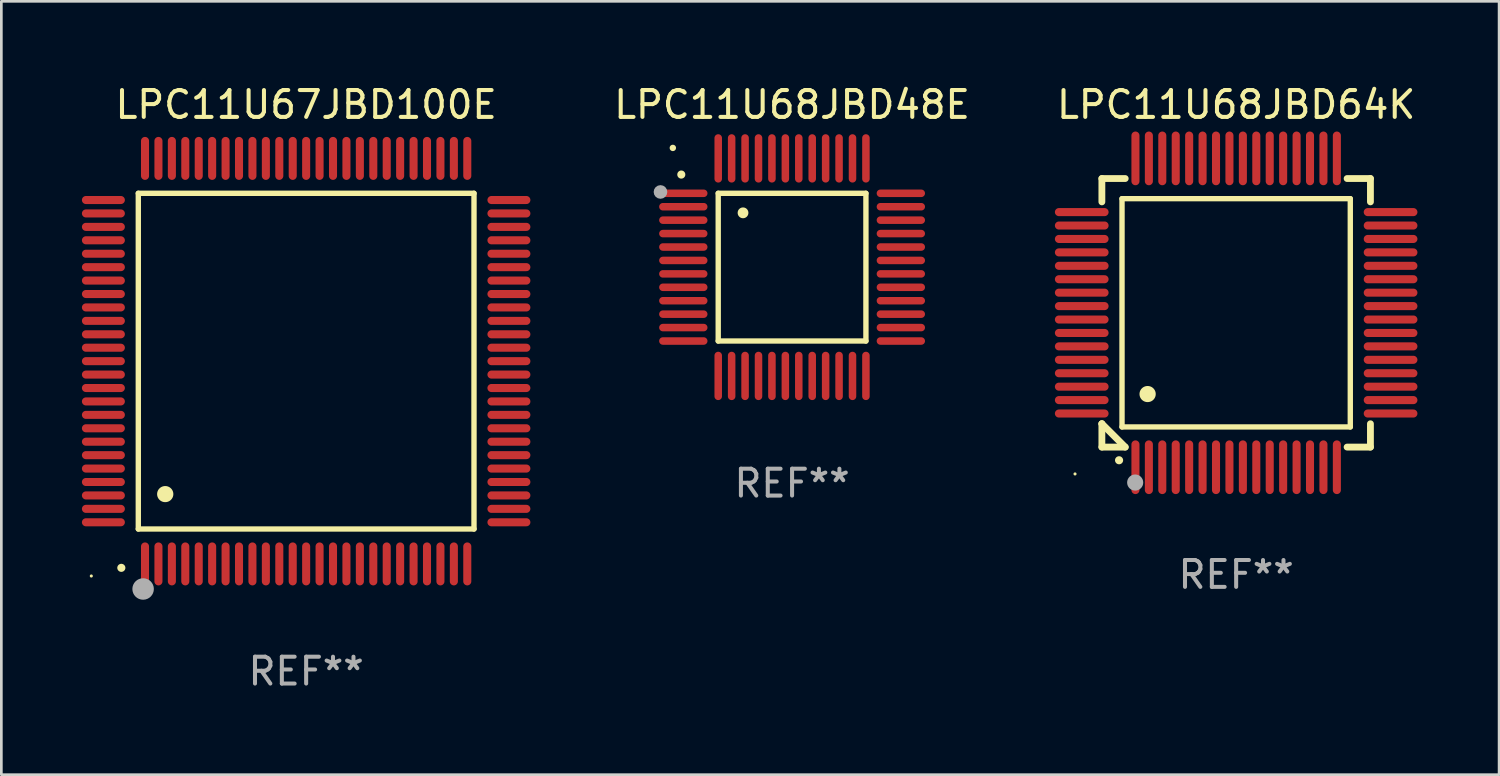
<source format=kicad_pcb>
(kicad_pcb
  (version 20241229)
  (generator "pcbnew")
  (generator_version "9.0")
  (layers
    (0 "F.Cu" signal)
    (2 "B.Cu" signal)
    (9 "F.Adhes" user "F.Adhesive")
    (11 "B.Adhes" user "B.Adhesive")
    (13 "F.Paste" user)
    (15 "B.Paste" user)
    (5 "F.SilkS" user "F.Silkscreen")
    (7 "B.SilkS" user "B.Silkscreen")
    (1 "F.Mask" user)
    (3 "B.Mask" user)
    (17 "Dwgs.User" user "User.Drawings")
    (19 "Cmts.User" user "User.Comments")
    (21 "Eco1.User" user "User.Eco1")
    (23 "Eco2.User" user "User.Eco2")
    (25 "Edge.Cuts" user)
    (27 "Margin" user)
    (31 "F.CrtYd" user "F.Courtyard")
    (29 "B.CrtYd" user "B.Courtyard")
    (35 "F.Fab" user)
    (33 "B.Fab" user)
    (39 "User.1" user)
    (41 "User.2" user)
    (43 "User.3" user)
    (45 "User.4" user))
  (footprint "LPC11U68JBD48E"
    (layer "F.Cu")
    (at 26.444 6.898)
    (property "Reference" "LPC11U68JBD48E" (at 0 -6.05 0) (layer "F.SilkS") (effects (font (size 1 1) (thickness 0.15))))
    (attr through_hole)
    (fp_line (start -2.75 -2.75) (end 2.75 -2.75) (stroke (width 0.2) (type solid)) (layer "F.SilkS"))
    (fp_line (start -2.75 2.75) (end -2.75 -2.75) (stroke (width 0.2) (type solid)) (layer "F.SilkS"))
    (fp_line (start 2.75 -2.75) (end 2.75 2.75) (stroke (width 0.2) (type solid)) (layer "F.SilkS"))
    (fp_line (start 2.75 2.75) (end -2.75 2.75) (stroke (width 0.2) (type solid)) (layer "F.SilkS"))
    (fp_arc (start -4.124968 -3.446787) (mid -4.124973 -3.448057) (end -4.124968 -3.449327) (stroke (width 0.3) (type solid)) (layer "F.SilkS"))
    (fp_arc (start -1.826264 -2.021844) (mid -1.826268 -2.023114) (end -1.826264 -2.024384) (stroke (width 0.4) (type solid)) (layer "F.SilkS"))
    (fp_circle (center -4.44 -4.44) (end -4.38 -4.44) (stroke (width 0.12) (type solid)) (fill no) (layer "F.SilkS"))
    (fp_circle (center -4.9 -2.8) (end -4.773 -2.8) (stroke (width 0.254) (type solid)) (fill no) (layer "F.Fab"))
    (fp_text user "REF**" (at 0 8.05 0) (layer "F.Fab") (effects (font (size 1 1) (thickness 0.15))))
    (pad "1" smd oval (at -4.05 -2.75 90) (size 0.28 1.8) (layers "F.Cu" "F.Mask" "F.Paste"))
    (pad "2" smd oval (at -4.05 -2.25 90) (size 0.28 1.8) (layers "F.Cu" "F.Mask" "F.Paste"))
    (pad "3" smd oval (at -4.05 -1.75 90) (size 0.28 1.8) (layers "F.Cu" "F.Mask" "F.Paste"))
    (pad "4" smd oval (at -4.05 -1.25 90) (size 0.28 1.8) (layers "F.Cu" "F.Mask" "F.Paste"))
    (pad "5" smd oval (at -4.05 -0.75 90) (size 0.28 1.8) (layers "F.Cu" "F.Mask" "F.Paste"))
    (pad "6" smd oval (at -4.05 -0.25 90) (size 0.28 1.8) (layers "F.Cu" "F.Mask" "F.Paste"))
    (pad "7" smd oval (at -4.05 0.25 90) (size 0.28 1.8) (layers "F.Cu" "F.Mask" "F.Paste"))
    (pad "8" smd oval (at -4.05 0.75 90) (size 0.28 1.8) (layers "F.Cu" "F.Mask" "F.Paste"))
    (pad "9" smd oval (at -4.05 1.25 90) (size 0.28 1.8) (layers "F.Cu" "F.Mask" "F.Paste"))
    (pad "10" smd oval (at -4.05 1.75 90) (size 0.28 1.8) (layers "F.Cu" "F.Mask" "F.Paste"))
    (pad "11" smd oval (at -4.05 2.25 90) (size 0.28 1.8) (layers "F.Cu" "F.Mask" "F.Paste"))
    (pad "12" smd oval (at -4.05 2.75 90) (size 0.28 1.8) (layers "F.Cu" "F.Mask" "F.Paste"))
    (pad "13" smd oval (at -2.75 4.05) (size 0.28 1.8) (layers "F.Cu" "F.Mask" "F.Paste"))
    (pad "14" smd oval (at -2.25 4.05) (size 0.28 1.8) (layers "F.Cu" "F.Mask" "F.Paste"))
    (pad "15" smd oval (at -1.75 4.05) (size 0.28 1.8) (layers "F.Cu" "F.Mask" "F.Paste"))
    (pad "16" smd oval (at -1.25 4.05) (size 0.28 1.8) (layers "F.Cu" "F.Mask" "F.Paste"))
    (pad "17" smd oval (at -0.75 4.05) (size 0.28 1.8) (layers "F.Cu" "F.Mask" "F.Paste"))
    (pad "18" smd oval (at -0.25 4.05) (size 0.28 1.8) (layers "F.Cu" "F.Mask" "F.Paste"))
    (pad "19" smd oval (at 0.25 4.05) (size 0.28 1.8) (layers "F.Cu" "F.Mask" "F.Paste"))
    (pad "20" smd oval (at 0.75 4.05) (size 0.28 1.8) (layers "F.Cu" "F.Mask" "F.Paste"))
    (pad "21" smd oval (at 1.25 4.05) (size 0.28 1.8) (layers "F.Cu" "F.Mask" "F.Paste"))
    (pad "22" smd oval (at 1.75 4.05) (size 0.28 1.8) (layers "F.Cu" "F.Mask" "F.Paste"))
    (pad "23" smd oval (at 2.25 4.05) (size 0.28 1.8) (layers "F.Cu" "F.Mask" "F.Paste"))
    (pad "24" smd oval (at 2.75 4.05) (size 0.28 1.8) (layers "F.Cu" "F.Mask" "F.Paste"))
    (pad "25" smd oval (at 4.05 2.75 90) (size 0.28 1.8) (layers "F.Cu" "F.Mask" "F.Paste"))
    (pad "26" smd oval (at 4.05 2.25 90) (size 0.28 1.8) (layers "F.Cu" "F.Mask" "F.Paste"))
    (pad "27" smd oval (at 4.05 1.75 90) (size 0.28 1.8) (layers "F.Cu" "F.Mask" "F.Paste"))
    (pad "28" smd oval (at 4.05 1.25 90) (size 0.28 1.8) (layers "F.Cu" "F.Mask" "F.Paste"))
    (pad "29" smd oval (at 4.05 0.75 90) (size 0.28 1.8) (layers "F.Cu" "F.Mask" "F.Paste"))
    (pad "30" smd oval (at 4.05 0.25 90) (size 0.28 1.8) (layers "F.Cu" "F.Mask" "F.Paste"))
    (pad "31" smd oval (at 4.05 -0.25 90) (size 0.28 1.8) (layers "F.Cu" "F.Mask" "F.Paste"))
    (pad "32" smd oval (at 4.05 -0.75 90) (size 0.28 1.8) (layers "F.Cu" "F.Mask" "F.Paste"))
    (pad "33" smd oval (at 4.05 -1.25 90) (size 0.28 1.8) (layers "F.Cu" "F.Mask" "F.Paste"))
    (pad "34" smd oval (at 4.05 -1.75 90) (size 0.28 1.8) (layers "F.Cu" "F.Mask" "F.Paste"))
    (pad "35" smd oval (at 4.05 -2.25 90) (size 0.28 1.8) (layers "F.Cu" "F.Mask" "F.Paste"))
    (pad "36" smd oval (at 4.05 -2.75 90) (size 0.28 1.8) (layers "F.Cu" "F.Mask" "F.Paste"))
    (pad "37" smd oval (at 2.75 -4.05) (size 0.28 1.8) (layers "F.Cu" "F.Mask" "F.Paste"))
    (pad "38" smd oval (at 2.25 -4.05) (size 0.28 1.8) (layers "F.Cu" "F.Mask" "F.Paste"))
    (pad "39" smd oval (at 1.75 -4.05) (size 0.28 1.8) (layers "F.Cu" "F.Mask" "F.Paste"))
    (pad "40" smd oval (at 1.25 -4.05) (size 0.28 1.8) (layers "F.Cu" "F.Mask" "F.Paste"))
    (pad "41" smd oval (at 0.75 -4.05) (size 0.28 1.8) (layers "F.Cu" "F.Mask" "F.Paste"))
    (pad "42" smd oval (at 0.25 -4.05) (size 0.28 1.8) (layers "F.Cu" "F.Mask" "F.Paste"))
    (pad "43" smd oval (at -0.25 -4.05) (size 0.28 1.8) (layers "F.Cu" "F.Mask" "F.Paste"))
    (pad "44" smd oval (at -0.75 -4.05) (size 0.28 1.8) (layers "F.Cu" "F.Mask" "F.Paste"))
    (pad "45" smd oval (at -1.25 -4.05) (size 0.28 1.8) (layers "F.Cu" "F.Mask" "F.Paste"))
    (pad "46" smd oval (at -1.75 -4.05) (size 0.28 1.8) (layers "F.Cu" "F.Mask" "F.Paste"))
    (pad "47" smd oval (at -2.25 -4.05) (size 0.28 1.8) (layers "F.Cu" "F.Mask" "F.Paste"))
    (pad "48" smd oval (at -2.75 -4.05) (size 0.28 1.8) (layers "F.Cu" "F.Mask" "F.Paste")))
  (footprint "LPC11U67JBD100E"
    (layer "F.Cu")
    (at 8.35 10.398)
    (property "Reference" "LPC11U67JBD100E" (at 0 -9.55 0) (layer "F.SilkS") (effects (font (size 1 1) (thickness 0.15))))
    (attr through_hole)
    (fp_line (start -6.25 -6.25) (end -6.25 6.25) (stroke (width 0.2) (type solid)) (layer "F.SilkS"))
    (fp_line (start -6.25 6.25) (end 6.25 6.25) (stroke (width 0.2) (type solid)) (layer "F.SilkS"))
    (fp_line (start 6.25 -6.25) (end -6.25 -6.25) (stroke (width 0.2) (type solid)) (layer "F.SilkS"))
    (fp_line (start 6.25 6.25) (end 6.25 -6.25) (stroke (width 0.2) (type solid)) (layer "F.SilkS"))
    (fp_arc (start -6.883414 7.696215) (mid -6.882144 7.69621) (end -6.880874 7.696215) (stroke (width 0.3) (type solid)) (layer "F.SilkS"))
    (fp_arc (start -5.250191 4.95047) (mid -5.247651 4.950459) (end -5.245111 4.95047) (stroke (width 0.6) (type solid)) (layer "F.SilkS"))
    (fp_circle (center -8 8) (end -7.97 8) (stroke (width 0.06) (type solid)) (fill no) (layer "F.SilkS"))
    (fp_circle (center -6.071 8.484) (end -5.871 8.484) (stroke (width 0.4) (type solid)) (fill no) (layer "F.Fab"))
    (fp_text user "REF**" (at 0 11.55 0) (layer "F.Fab") (effects (font (size 1 1) (thickness 0.15))))
    (pad "1" smd oval (at -6 7.55) (size 0.3 1.6) (layers "F.Cu" "F.Mask" "F.Paste"))
    (pad "2" smd oval (at -5.5 7.55) (size 0.3 1.6) (layers "F.Cu" "F.Mask" "F.Paste"))
    (pad "3" smd oval (at -5 7.55) (size 0.3 1.6) (layers "F.Cu" "F.Mask" "F.Paste"))
    (pad "4" smd oval (at -4.5 7.55) (size 0.3 1.6) (layers "F.Cu" "F.Mask" "F.Paste"))
    (pad "5" smd oval (at -4 7.55) (size 0.3 1.6) (layers "F.Cu" "F.Mask" "F.Paste"))
    (pad "6" smd oval (at -3.5 7.55) (size 0.3 1.6) (layers "F.Cu" "F.Mask" "F.Paste"))
    (pad "7" smd oval (at -3 7.55) (size 0.3 1.6) (layers "F.Cu" "F.Mask" "F.Paste"))
    (pad "8" smd oval (at -2.5 7.55) (size 0.3 1.6) (layers "F.Cu" "F.Mask" "F.Paste"))
    (pad "9" smd oval (at -2 7.55) (size 0.3 1.6) (layers "F.Cu" "F.Mask" "F.Paste"))
    (pad "10" smd oval (at -1.5 7.55) (size 0.3 1.6) (layers "F.Cu" "F.Mask" "F.Paste"))
    (pad "11" smd oval (at -1 7.55) (size 0.3 1.6) (layers "F.Cu" "F.Mask" "F.Paste"))
    (pad "12" smd oval (at -0.5 7.55) (size 0.3 1.6) (layers "F.Cu" "F.Mask" "F.Paste"))
    (pad "13" smd oval (at 0 7.55) (size 0.3 1.6) (layers "F.Cu" "F.Mask" "F.Paste"))
    (pad "14" smd oval (at 0.5 7.55) (size 0.3 1.6) (layers "F.Cu" "F.Mask" "F.Paste"))
    (pad "15" smd oval (at 1 7.55) (size 0.3 1.6) (layers "F.Cu" "F.Mask" "F.Paste"))
    (pad "16" smd oval (at 1.5 7.55) (size 0.3 1.6) (layers "F.Cu" "F.Mask" "F.Paste"))
    (pad "17" smd oval (at 2 7.55) (size 0.3 1.6) (layers "F.Cu" "F.Mask" "F.Paste"))
    (pad "18" smd oval (at 2.5 7.55) (size 0.3 1.6) (layers "F.Cu" "F.Mask" "F.Paste"))
    (pad "19" smd oval (at 3 7.55) (size 0.3 1.6) (layers "F.Cu" "F.Mask" "F.Paste"))
    (pad "20" smd oval (at 3.5 7.55) (size 0.3 1.6) (layers "F.Cu" "F.Mask" "F.Paste"))
    (pad "21" smd oval (at 4 7.55) (size 0.3 1.6) (layers "F.Cu" "F.Mask" "F.Paste"))
    (pad "22" smd oval (at 4.5 7.55) (size 0.3 1.6) (layers "F.Cu" "F.Mask" "F.Paste"))
    (pad "23" smd oval (at 5 7.55) (size 0.3 1.6) (layers "F.Cu" "F.Mask" "F.Paste"))
    (pad "24" smd oval (at 5.5 7.55) (size 0.3 1.6) (layers "F.Cu" "F.Mask" "F.Paste"))
    (pad "25" smd oval (at 6 7.55) (size 0.3 1.6) (layers "F.Cu" "F.Mask" "F.Paste"))
    (pad "26" smd oval (at 7.55 6) (size 1.6 0.3) (layers "F.Cu" "F.Mask" "F.Paste"))
    (pad "27" smd oval (at 7.55 5.5) (size 1.6 0.3) (layers "F.Cu" "F.Mask" "F.Paste"))
    (pad "28" smd oval (at 7.55 5) (size 1.6 0.3) (layers "F.Cu" "F.Mask" "F.Paste"))
    (pad "29" smd oval (at 7.55 4.5) (size 1.6 0.3) (layers "F.Cu" "F.Mask" "F.Paste"))
    (pad "30" smd oval (at 7.55 4) (size 1.6 0.3) (layers "F.Cu" "F.Mask" "F.Paste"))
    (pad "31" smd oval (at 7.55 3.5) (size 1.6 0.3) (layers "F.Cu" "F.Mask" "F.Paste"))
    (pad "32" smd oval (at 7.55 3) (size 1.6 0.3) (layers "F.Cu" "F.Mask" "F.Paste"))
    (pad "33" smd oval (at 7.55 2.5) (size 1.6 0.3) (layers "F.Cu" "F.Mask" "F.Paste"))
    (pad "34" smd oval (at 7.55 2) (size 1.6 0.3) (layers "F.Cu" "F.Mask" "F.Paste"))
    (pad "35" smd oval (at 7.55 1.5) (size 1.6 0.3) (layers "F.Cu" "F.Mask" "F.Paste"))
    (pad "36" smd oval (at 7.55 1) (size 1.6 0.3) (layers "F.Cu" "F.Mask" "F.Paste"))
    (pad "37" smd oval (at 7.55 0.5) (size 1.6 0.3) (layers "F.Cu" "F.Mask" "F.Paste"))
    (pad "38" smd oval (at 7.55 0) (size 1.6 0.3) (layers "F.Cu" "F.Mask" "F.Paste"))
    (pad "39" smd oval (at 7.55 -0.5) (size 1.6 0.3) (layers "F.Cu" "F.Mask" "F.Paste"))
    (pad "40" smd oval (at 7.55 -1) (size 1.6 0.3) (layers "F.Cu" "F.Mask" "F.Paste"))
    (pad "41" smd oval (at 7.55 -1.5) (size 1.6 0.3) (layers "F.Cu" "F.Mask" "F.Paste"))
    (pad "42" smd oval (at 7.55 -2) (size 1.6 0.3) (layers "F.Cu" "F.Mask" "F.Paste"))
    (pad "43" smd oval (at 7.55 -2.5) (size 1.6 0.3) (layers "F.Cu" "F.Mask" "F.Paste"))
    (pad "44" smd oval (at 7.55 -3) (size 1.6 0.3) (layers "F.Cu" "F.Mask" "F.Paste"))
    (pad "45" smd oval (at 7.55 -3.5) (size 1.6 0.3) (layers "F.Cu" "F.Mask" "F.Paste"))
    (pad "46" smd oval (at 7.55 -4) (size 1.6 0.3) (layers "F.Cu" "F.Mask" "F.Paste"))
    (pad "47" smd oval (at 7.55 -4.5) (size 1.6 0.3) (layers "F.Cu" "F.Mask" "F.Paste"))
    (pad "48" smd oval (at 7.55 -5) (size 1.6 0.3) (layers "F.Cu" "F.Mask" "F.Paste"))
    (pad "49" smd oval (at 7.55 -5.5) (size 1.6 0.3) (layers "F.Cu" "F.Mask" "F.Paste"))
    (pad "50" smd oval (at 7.55 -6) (size 1.6 0.3) (layers "F.Cu" "F.Mask" "F.Paste"))
    (pad "51" smd oval (at 6 -7.55) (size 0.3 1.6) (layers "F.Cu" "F.Mask" "F.Paste"))
    (pad "52" smd oval (at 5.5 -7.55) (size 0.3 1.6) (layers "F.Cu" "F.Mask" "F.Paste"))
    (pad "53" smd oval (at 5 -7.55) (size 0.3 1.6) (layers "F.Cu" "F.Mask" "F.Paste"))
    (pad "54" smd oval (at 4.5 -7.55) (size 0.3 1.6) (layers "F.Cu" "F.Mask" "F.Paste"))
    (pad "55" smd oval (at 4 -7.55) (size 0.3 1.6) (layers "F.Cu" "F.Mask" "F.Paste"))
    (pad "56" smd oval (at 3.5 -7.55) (size 0.3 1.6) (layers "F.Cu" "F.Mask" "F.Paste"))
    (pad "57" smd oval (at 3 -7.55) (size 0.3 1.6) (layers "F.Cu" "F.Mask" "F.Paste"))
    (pad "58" smd oval (at 2.5 -7.55) (size 0.3 1.6) (layers "F.Cu" "F.Mask" "F.Paste"))
    (pad "59" smd oval (at 2 -7.55) (size 0.3 1.6) (layers "F.Cu" "F.Mask" "F.Paste"))
    (pad "60" smd oval (at 1.5 -7.55) (size 0.3 1.6) (layers "F.Cu" "F.Mask" "F.Paste"))
    (pad "61" smd oval (at 1 -7.55) (size 0.3 1.6) (layers "F.Cu" "F.Mask" "F.Paste"))
    (pad "62" smd oval (at 0.5 -7.55) (size 0.3 1.6) (layers "F.Cu" "F.Mask" "F.Paste"))
    (pad "63" smd oval (at 0 -7.55) (size 0.3 1.6) (layers "F.Cu" "F.Mask" "F.Paste"))
    (pad "64" smd oval (at -0.5 -7.55) (size 0.3 1.6) (layers "F.Cu" "F.Mask" "F.Paste"))
    (pad "65" smd oval (at -1 -7.55) (size 0.3 1.6) (layers "F.Cu" "F.Mask" "F.Paste"))
    (pad "66" smd oval (at -1.5 -7.55) (size 0.3 1.6) (layers "F.Cu" "F.Mask" "F.Paste"))
    (pad "67" smd oval (at -2 -7.55) (size 0.3 1.6) (layers "F.Cu" "F.Mask" "F.Paste"))
    (pad "68" smd oval (at -2.5 -7.55) (size 0.3 1.6) (layers "F.Cu" "F.Mask" "F.Paste"))
    (pad "69" smd oval (at -3 -7.55) (size 0.3 1.6) (layers "F.Cu" "F.Mask" "F.Paste"))
    (pad "70" smd oval (at -3.5 -7.55) (size 0.3 1.6) (layers "F.Cu" "F.Mask" "F.Paste"))
    (pad "71" smd oval (at -4 -7.55) (size 0.3 1.6) (layers "F.Cu" "F.Mask" "F.Paste"))
    (pad "72" smd oval (at -4.5 -7.55) (size 0.3 1.6) (layers "F.Cu" "F.Mask" "F.Paste"))
    (pad "73" smd oval (at -5 -7.55) (size 0.3 1.6) (layers "F.Cu" "F.Mask" "F.Paste"))
    (pad "74" smd oval (at -5.5 -7.55) (size 0.3 1.6) (layers "F.Cu" "F.Mask" "F.Paste"))
    (pad "75" smd oval (at -6 -7.55) (size 0.3 1.6) (layers "F.Cu" "F.Mask" "F.Paste"))
    (pad "76" smd oval (at -7.55 -6) (size 1.6 0.3) (layers "F.Cu" "F.Mask" "F.Paste"))
    (pad "77" smd oval (at -7.55 -5.5) (size 1.6 0.3) (layers "F.Cu" "F.Mask" "F.Paste"))
    (pad "78" smd oval (at -7.55 -5) (size 1.6 0.3) (layers "F.Cu" "F.Mask" "F.Paste"))
    (pad "79" smd oval (at -7.55 -4.5) (size 1.6 0.3) (layers "F.Cu" "F.Mask" "F.Paste"))
    (pad "80" smd oval (at -7.55 -4) (size 1.6 0.3) (layers "F.Cu" "F.Mask" "F.Paste"))
    (pad "81" smd oval (at -7.55 -3.5) (size 1.6 0.3) (layers "F.Cu" "F.Mask" "F.Paste"))
    (pad "82" smd oval (at -7.55 -3) (size 1.6 0.3) (layers "F.Cu" "F.Mask" "F.Paste"))
    (pad "83" smd oval (at -7.55 -2.5) (size 1.6 0.3) (layers "F.Cu" "F.Mask" "F.Paste"))
    (pad "84" smd oval (at -7.55 -2) (size 1.6 0.3) (layers "F.Cu" "F.Mask" "F.Paste"))
    (pad "85" smd oval (at -7.55 -1.5) (size 1.6 0.3) (layers "F.Cu" "F.Mask" "F.Paste"))
    (pad "86" smd oval (at -7.55 -1) (size 1.6 0.3) (layers "F.Cu" "F.Mask" "F.Paste"))
    (pad "87" smd oval (at -7.55 -0.5) (size 1.6 0.3) (layers "F.Cu" "F.Mask" "F.Paste"))
    (pad "88" smd oval (at -7.55 0) (size 1.6 0.3) (layers "F.Cu" "F.Mask" "F.Paste"))
    (pad "89" smd oval (at -7.55 0.5) (size 1.6 0.3) (layers "F.Cu" "F.Mask" "F.Paste"))
    (pad "90" smd oval (at -7.55 1) (size 1.6 0.3) (layers "F.Cu" "F.Mask" "F.Paste"))
    (pad "91" smd oval (at -7.55 1.5) (size 1.6 0.3) (layers "F.Cu" "F.Mask" "F.Paste"))
    (pad "92" smd oval (at -7.55 2) (size 1.6 0.3) (layers "F.Cu" "F.Mask" "F.Paste"))
    (pad "93" smd oval (at -7.55 2.5) (size 1.6 0.3) (layers "F.Cu" "F.Mask" "F.Paste"))
    (pad "94" smd oval (at -7.55 3) (size 1.6 0.3) (layers "F.Cu" "F.Mask" "F.Paste"))
    (pad "95" smd oval (at -7.55 3.5) (size 1.6 0.3) (layers "F.Cu" "F.Mask" "F.Paste"))
    (pad "96" smd oval (at -7.55 4) (size 1.6 0.3) (layers "F.Cu" "F.Mask" "F.Paste"))
    (pad "97" smd oval (at -7.55 4.5) (size 1.6 0.3) (layers "F.Cu" "F.Mask" "F.Paste"))
    (pad "98" smd oval (at -7.55 5) (size 1.6 0.3) (layers "F.Cu" "F.Mask" "F.Paste"))
    (pad "99" smd oval (at -7.55 5.5) (size 1.6 0.3) (layers "F.Cu" "F.Mask" "F.Paste"))
    (pad "100" smd oval (at -7.55 6) (size 1.6 0.3) (layers "F.Cu" "F.Mask" "F.Paste")))
  (footprint "LPC11U68JBD64K"
    (layer "F.Cu")
    (at 42.98 8.598)
    (property "Reference" "LPC11U68JBD64K" (at 0 -7.75 0) (layer "F.SilkS") (effects (font (size 1 1) (thickness 0.15))))
    (attr through_hole)
    (fp_line (start -5 -5) (end -4.131 -5) (stroke (width 0.254) (type solid)) (layer "F.SilkS"))
    (fp_line (start -5 -4.131) (end -5 -5) (stroke (width 0.254) (type solid)) (layer "F.SilkS"))
    (fp_line (start -5 4.131) (end -5 4.131) (stroke (width 0.254) (type solid)) (layer "F.SilkS"))
    (fp_line (start -5 5) (end -5 4.131) (stroke (width 0.254) (type solid)) (layer "F.SilkS"))
    (fp_line (start -5 4.131) (end -4.131 5) (stroke (width 0.254) (type solid)) (layer "F.SilkS"))
    (fp_line (start -4.25 -4.25) (end -4.25 4.25) (stroke (width 0.2) (type solid)) (layer "F.SilkS"))
    (fp_line (start -4.25 4.25) (end 4.25 4.25) (stroke (width 0.2) (type solid)) (layer "F.SilkS"))
    (fp_line (start -4.131 5) (end -5 5) (stroke (width 0.254) (type solid)) (layer "F.SilkS"))
    (fp_line (start 4.25 -4.25) (end -4.25 -4.25) (stroke (width 0.2) (type solid)) (layer "F.SilkS"))
    (fp_line (start 4.25 4.25) (end 4.25 -4.25) (stroke (width 0.2) (type solid)) (layer "F.SilkS"))
    (fp_line (start 5 -5) (end 4.131 -5) (stroke (width 0.254) (type solid)) (layer "F.SilkS"))
    (fp_line (start 5 -5) (end 5 -4.131) (stroke (width 0.254) (type solid)) (layer "F.SilkS"))
    (fp_line (start 5 4.131) (end 5 5) (stroke (width 0.254) (type solid)) (layer "F.SilkS"))
    (fp_line (start 5 5) (end 4.131 5) (stroke (width 0.254) (type solid)) (layer "F.SilkS"))
    (fp_arc (start -4.361265 5.489992) (mid -4.359995 5.489987) (end -4.358725 5.489992) (stroke (width 0.3) (type solid)) (layer "F.SilkS"))
    (fp_arc (start -3.299467 3.025146) (mid -3.296927 3.025135) (end -3.294387 3.025146) (stroke (width 0.6) (type solid)) (layer "F.SilkS"))
    (fp_circle (center -6 6) (end -5.97 6) (stroke (width 0.06) (type solid)) (fill no) (layer "F.SilkS"))
    (fp_circle (center -3.76 6.32) (end -3.61 6.32) (stroke (width 0.3) (type solid)) (fill no) (layer "F.Fab"))
    (fp_text user "REF**" (at 0 9.75 0) (layer "F.Fab") (effects (font (size 1 1) (thickness 0.15))))
    (pad "1" smd oval (at -3.75 5.75) (size 0.3 2) (layers "F.Cu" "F.Mask" "F.Paste"))
    (pad "2" smd oval (at -3.25 5.75) (size 0.3 2) (layers "F.Cu" "F.Mask" "F.Paste"))
    (pad "3" smd oval (at -2.75 5.75) (size 0.3 2) (layers "F.Cu" "F.Mask" "F.Paste"))
    (pad "4" smd oval (at -2.25 5.75) (size 0.3 2) (layers "F.Cu" "F.Mask" "F.Paste"))
    (pad "5" smd oval (at -1.75 5.75) (size 0.3 2) (layers "F.Cu" "F.Mask" "F.Paste"))
    (pad "6" smd oval (at -1.25 5.75) (size 0.3 2) (layers "F.Cu" "F.Mask" "F.Paste"))
    (pad "7" smd oval (at -0.75 5.75) (size 0.3 2) (layers "F.Cu" "F.Mask" "F.Paste"))
    (pad "8" smd oval (at -0.25 5.75) (size 0.3 2) (layers "F.Cu" "F.Mask" "F.Paste"))
    (pad "9" smd oval (at 0.25 5.75) (size 0.3 2) (layers "F.Cu" "F.Mask" "F.Paste"))
    (pad "10" smd oval (at 0.75 5.75) (size 0.3 2) (layers "F.Cu" "F.Mask" "F.Paste"))
    (pad "11" smd oval (at 1.25 5.75) (size 0.3 2) (layers "F.Cu" "F.Mask" "F.Paste"))
    (pad "12" smd oval (at 1.75 5.75) (size 0.3 2) (layers "F.Cu" "F.Mask" "F.Paste"))
    (pad "13" smd oval (at 2.25 5.75) (size 0.3 2) (layers "F.Cu" "F.Mask" "F.Paste"))
    (pad "14" smd oval (at 2.75 5.75) (size 0.3 2) (layers "F.Cu" "F.Mask" "F.Paste"))
    (pad "15" smd oval (at 3.25 5.75) (size 0.3 2) (layers "F.Cu" "F.Mask" "F.Paste"))
    (pad "16" smd oval (at 3.75 5.75) (size 0.3 2) (layers "F.Cu" "F.Mask" "F.Paste"))
    (pad "17" smd oval (at 5.75 3.75) (size 2 0.3) (layers "F.Cu" "F.Mask" "F.Paste"))
    (pad "18" smd oval (at 5.75 3.25) (size 2 0.3) (layers "F.Cu" "F.Mask" "F.Paste"))
    (pad "19" smd oval (at 5.75 2.75) (size 2 0.3) (layers "F.Cu" "F.Mask" "F.Paste"))
    (pad "20" smd oval (at 5.75 2.25) (size 2 0.3) (layers "F.Cu" "F.Mask" "F.Paste"))
    (pad "21" smd oval (at 5.75 1.75) (size 2 0.3) (layers "F.Cu" "F.Mask" "F.Paste"))
    (pad "22" smd oval (at 5.75 1.25) (size 2 0.3) (layers "F.Cu" "F.Mask" "F.Paste"))
    (pad "23" smd oval (at 5.75 0.75) (size 2 0.3) (layers "F.Cu" "F.Mask" "F.Paste"))
    (pad "24" smd oval (at 5.75 0.25) (size 2 0.3) (layers "F.Cu" "F.Mask" "F.Paste"))
    (pad "25" smd oval (at 5.75 -0.25) (size 2 0.3) (layers "F.Cu" "F.Mask" "F.Paste"))
    (pad "26" smd oval (at 5.75 -0.75) (size 2 0.3) (layers "F.Cu" "F.Mask" "F.Paste"))
    (pad "27" smd oval (at 5.75 -1.25) (size 2 0.3) (layers "F.Cu" "F.Mask" "F.Paste"))
    (pad "28" smd oval (at 5.75 -1.75) (size 2 0.3) (layers "F.Cu" "F.Mask" "F.Paste"))
    (pad "29" smd oval (at 5.75 -2.25) (size 2 0.3) (layers "F.Cu" "F.Mask" "F.Paste"))
    (pad "30" smd oval (at 5.75 -2.75) (size 2 0.3) (layers "F.Cu" "F.Mask" "F.Paste"))
    (pad "31" smd oval (at 5.75 -3.25) (size 2 0.3) (layers "F.Cu" "F.Mask" "F.Paste"))
    (pad "32" smd oval (at 5.75 -3.75) (size 2 0.3) (layers "F.Cu" "F.Mask" "F.Paste"))
    (pad "33" smd oval (at 3.75 -5.75) (size 0.3 2) (layers "F.Cu" "F.Mask" "F.Paste"))
    (pad "34" smd oval (at 3.25 -5.75) (size 0.3 2) (layers "F.Cu" "F.Mask" "F.Paste"))
    (pad "35" smd oval (at 2.75 -5.75) (size 0.3 2) (layers "F.Cu" "F.Mask" "F.Paste"))
    (pad "36" smd oval (at 2.25 -5.75) (size 0.3 2) (layers "F.Cu" "F.Mask" "F.Paste"))
    (pad "37" smd oval (at 1.75 -5.75) (size 0.3 2) (layers "F.Cu" "F.Mask" "F.Paste"))
    (pad "38" smd oval (at 1.25 -5.75) (size 0.3 2) (layers "F.Cu" "F.Mask" "F.Paste"))
    (pad "39" smd oval (at 0.75 -5.75) (size 0.3 2) (layers "F.Cu" "F.Mask" "F.Paste"))
    (pad "40" smd oval (at 0.25 -5.75) (size 0.3 2) (layers "F.Cu" "F.Mask" "F.Paste"))
    (pad "41" smd oval (at -0.25 -5.75) (size 0.3 2) (layers "F.Cu" "F.Mask" "F.Paste"))
    (pad "42" smd oval (at -0.75 -5.75) (size 0.3 2) (layers "F.Cu" "F.Mask" "F.Paste"))
    (pad "43" smd oval (at -1.25 -5.75) (size 0.3 2) (layers "F.Cu" "F.Mask" "F.Paste"))
    (pad "44" smd oval (at -1.75 -5.75) (size 0.3 2) (layers "F.Cu" "F.Mask" "F.Paste"))
    (pad "45" smd oval (at -2.25 -5.75) (size 0.3 2) (layers "F.Cu" "F.Mask" "F.Paste"))
    (pad "46" smd oval (at -2.75 -5.75) (size 0.3 2) (layers "F.Cu" "F.Mask" "F.Paste"))
    (pad "47" smd oval (at -3.25 -5.75) (size 0.3 2) (layers "F.Cu" "F.Mask" "F.Paste"))
    (pad "48" smd oval (at -3.75 -5.75) (size 0.3 2) (layers "F.Cu" "F.Mask" "F.Paste"))
    (pad "49" smd oval (at -5.75 -3.75) (size 2 0.3) (layers "F.Cu" "F.Mask" "F.Paste"))
    (pad "50" smd oval (at -5.75 -3.25) (size 2 0.3) (layers "F.Cu" "F.Mask" "F.Paste"))
    (pad "51" smd oval (at -5.75 -2.75) (size 2 0.3) (layers "F.Cu" "F.Mask" "F.Paste"))
    (pad "52" smd oval (at -5.75 -2.25) (size 2 0.3) (layers "F.Cu" "F.Mask" "F.Paste"))
    (pad "53" smd oval (at -5.75 -1.75) (size 2 0.3) (layers "F.Cu" "F.Mask" "F.Paste"))
    (pad "54" smd oval (at -5.75 -1.25) (size 2 0.3) (layers "F.Cu" "F.Mask" "F.Paste"))
    (pad "55" smd oval (at -5.75 -0.75) (size 2 0.3) (layers "F.Cu" "F.Mask" "F.Paste"))
    (pad "56" smd oval (at -5.75 -0.25) (size 2 0.3) (layers "F.Cu" "F.Mask" "F.Paste"))
    (pad "57" smd oval (at -5.75 0.25) (size 2 0.3) (layers "F.Cu" "F.Mask" "F.Paste"))
    (pad "58" smd oval (at -5.75 0.75) (size 2 0.3) (layers "F.Cu" "F.Mask" "F.Paste"))
    (pad "59" smd oval (at -5.75 1.25) (size 2 0.3) (layers "F.Cu" "F.Mask" "F.Paste"))
    (pad "60" smd oval (at -5.75 1.75) (size 2 0.3) (layers "F.Cu" "F.Mask" "F.Paste"))
    (pad "61" smd oval (at -5.75 2.25) (size 2 0.3) (layers "F.Cu" "F.Mask" "F.Paste"))
    (pad "62" smd oval (at -5.75 2.75) (size 2 0.3) (layers "F.Cu" "F.Mask" "F.Paste"))
    (pad "63" smd oval (at -5.75 3.25) (size 2 0.3) (layers "F.Cu" "F.Mask" "F.Paste"))
    (pad "64" smd oval (at -5.75 3.75) (size 2 0.3) (layers "F.Cu" "F.Mask" "F.Paste")))
  (gr_rect
    (start -3 -3)
    (end 52.771 25.796)
    (stroke (width 0.1) (type default))
    (fill no)
    (layer "Edge.Cuts")))
</source>
